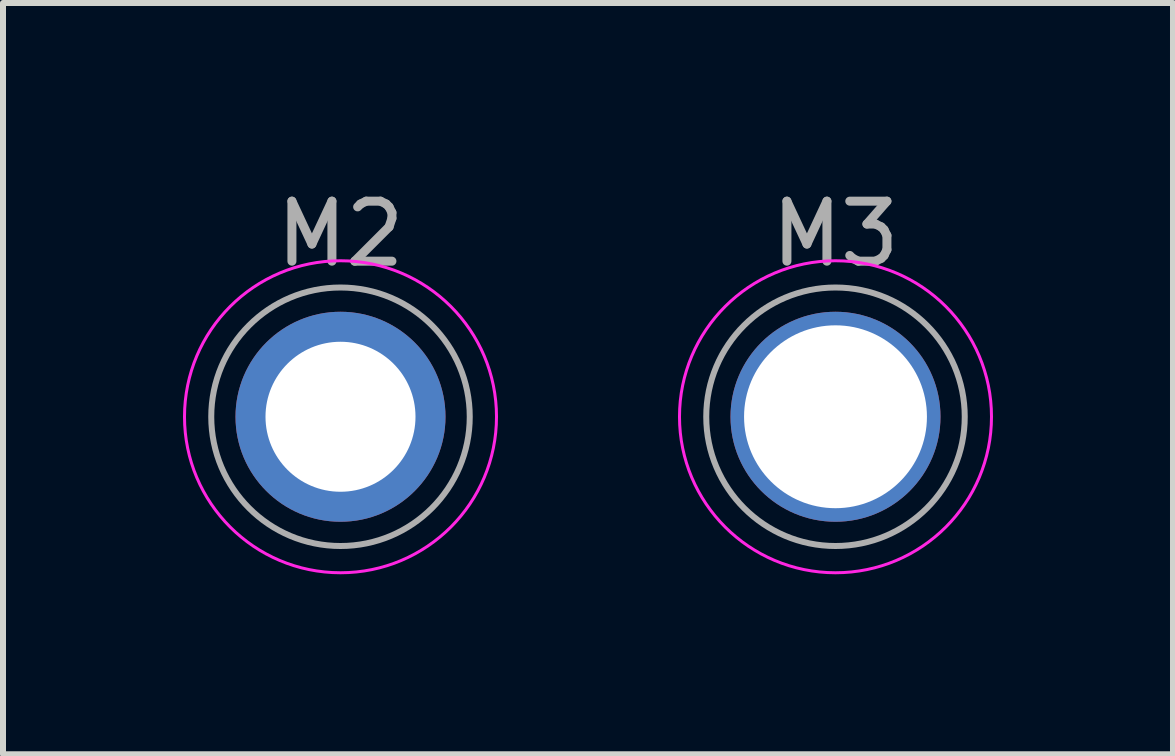
<source format=kicad_pcb>
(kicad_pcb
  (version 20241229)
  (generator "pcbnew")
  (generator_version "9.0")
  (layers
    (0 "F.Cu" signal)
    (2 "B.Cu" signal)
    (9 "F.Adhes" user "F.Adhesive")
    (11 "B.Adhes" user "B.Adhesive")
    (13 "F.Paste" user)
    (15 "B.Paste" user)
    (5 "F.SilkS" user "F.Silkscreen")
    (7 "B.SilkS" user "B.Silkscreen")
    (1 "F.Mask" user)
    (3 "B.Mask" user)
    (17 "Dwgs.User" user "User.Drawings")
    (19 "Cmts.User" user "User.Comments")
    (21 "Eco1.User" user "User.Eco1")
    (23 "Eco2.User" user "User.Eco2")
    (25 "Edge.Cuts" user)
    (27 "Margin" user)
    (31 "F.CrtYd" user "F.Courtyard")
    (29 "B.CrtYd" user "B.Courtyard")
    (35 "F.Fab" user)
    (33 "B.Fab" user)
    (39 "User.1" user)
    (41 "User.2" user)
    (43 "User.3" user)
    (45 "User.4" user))
  (footprint "M3"
    (layer "F.Cu")
    (at 10.875 3.896)
    (property "Reference" "M3" (at 0 -3.048 0) (layer "F.Fab") (effects (font (size 1 1) (thickness 0.15))))
    (attr through_hole)
    (fp_circle (center 0 0) (end 2.6 0) (stroke (width 0.05) (type solid)) (fill no) (layer "F.CrtYd"))
    (fp_circle (center 0 0) (end 2 0.8) (stroke (width 0.1) (type solid)) (fill no) (layer "F.Fab"))
    (pad "" np_thru_hole circle (at 0 0) (size 3.5 3.5) (drill 3.048) (layers "*.Cu" "*.Mask")))
  (footprint "M2"
    (layer "F.Cu")
    (at 2.625 3.896)
    (property "Reference" "M2" (at 0 -3.048 0) (layer "F.Fab") (effects (font (size 1 1) (thickness 0.15))))
    (attr through_hole)
    (fp_circle (center 0 0) (end 2.6 0) (stroke (width 0.05) (type solid)) (fill no) (layer "F.CrtYd"))
    (fp_circle (center 0 0) (end 2 0.8) (stroke (width 0.1) (type solid)) (fill no) (layer "F.Fab"))
    (pad "1" thru_hole circle (at 0 0) (size 3.5 3.5) (drill 2.5) (layers "*.Cu" "*.Mask")))
  (gr_rect
    (start -3 -3)
    (end 16.5 9.521)
    (stroke (width 0.1) (type default))
    (fill no)
    (layer "Edge.Cuts")))
</source>
